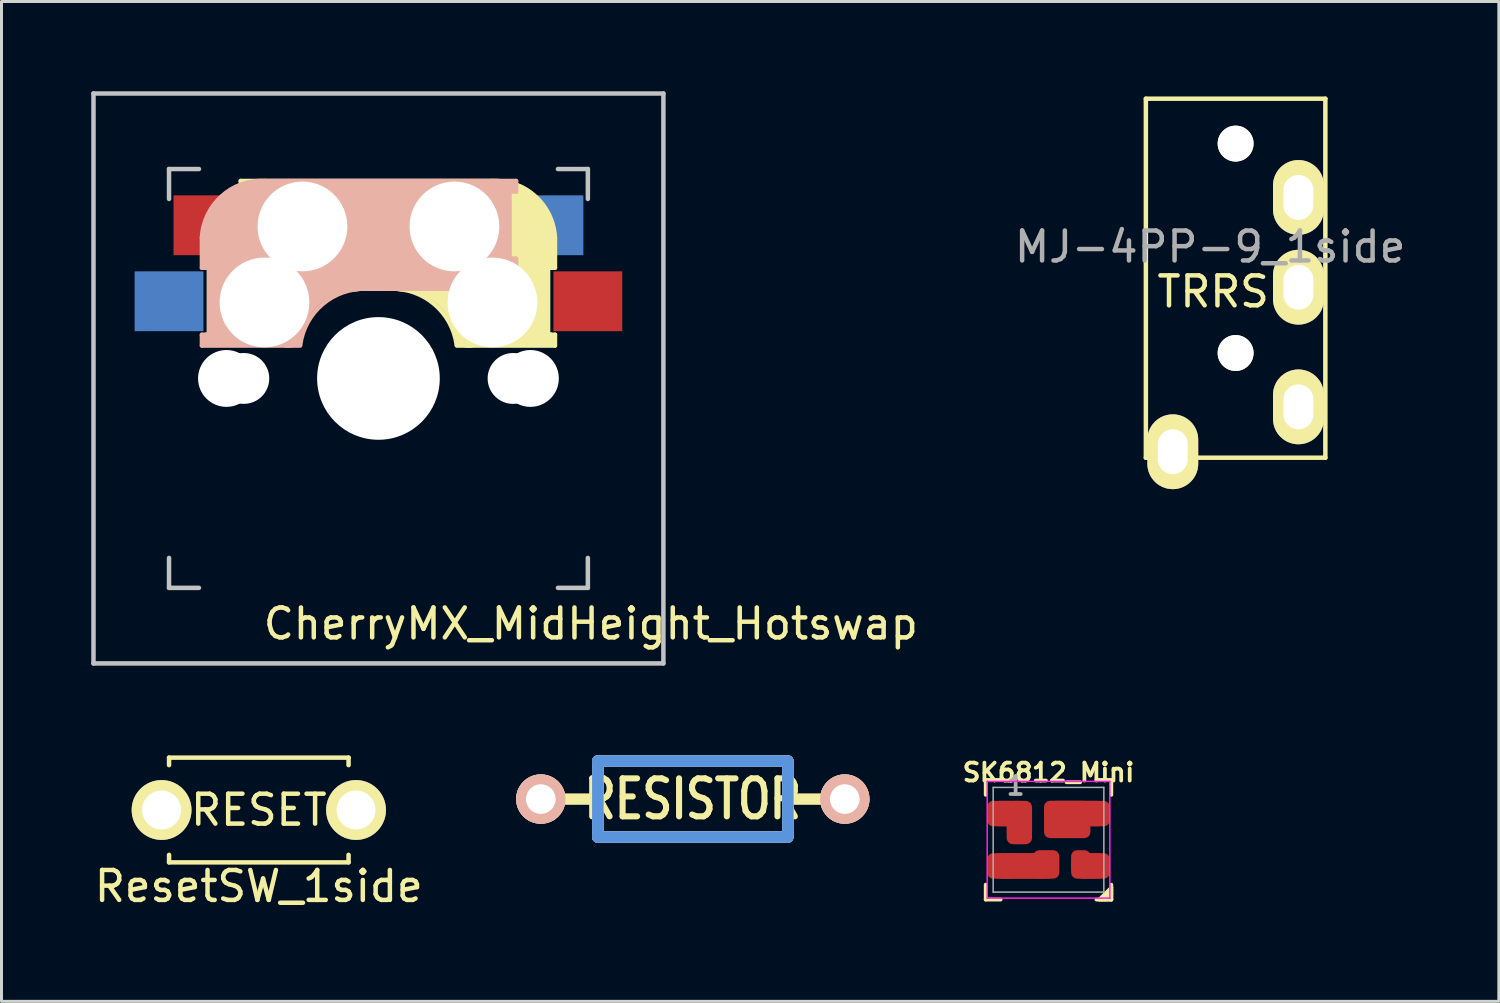
<source format=kicad_pcb>
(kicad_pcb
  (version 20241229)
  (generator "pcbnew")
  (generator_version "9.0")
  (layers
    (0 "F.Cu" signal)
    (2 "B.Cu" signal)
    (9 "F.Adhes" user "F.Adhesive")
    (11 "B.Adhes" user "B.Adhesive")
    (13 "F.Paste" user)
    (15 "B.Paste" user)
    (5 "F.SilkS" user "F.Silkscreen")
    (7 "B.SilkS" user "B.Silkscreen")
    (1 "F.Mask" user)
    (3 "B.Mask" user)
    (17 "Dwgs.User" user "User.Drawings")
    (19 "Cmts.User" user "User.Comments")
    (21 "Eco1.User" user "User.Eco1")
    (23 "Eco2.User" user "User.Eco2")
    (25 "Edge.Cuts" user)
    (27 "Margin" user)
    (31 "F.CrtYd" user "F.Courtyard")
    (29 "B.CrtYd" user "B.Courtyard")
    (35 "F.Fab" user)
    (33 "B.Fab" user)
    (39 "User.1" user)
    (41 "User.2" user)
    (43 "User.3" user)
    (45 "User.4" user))
  (footprint "RESISTOR"
    (layer "F.Cu")
    (at 20.108 23.66)
    (property "Reference" "RESISTOR" (at 0 0 0) (layer "F.SilkS") (effects (font (size 1.27 1.016) (thickness 0.203))))
    (attr through_hole)
    (fp_line (start -5.08 0) (end -3.175 0) (stroke (width 0.381) (type solid)) (layer "F.SilkS"))
    (fp_line (start -3.175 -1.27) (end 3.175 -1.27) (stroke (width 0.381) (type solid)) (layer "F.SilkS"))
    (fp_line (start -3.175 1.27) (end -3.175 -1.27) (stroke (width 0.381) (type solid)) (layer "F.SilkS"))
    (fp_line (start 3.175 -1.27) (end 3.175 1.27) (stroke (width 0.381) (type solid)) (layer "F.SilkS"))
    (fp_line (start 3.175 1.27) (end -3.175 1.27) (stroke (width 0.381) (type solid)) (layer "F.SilkS"))
    (fp_line (start 5.08 0) (end 3.175 0) (stroke (width 0.381) (type solid)) (layer "F.SilkS"))
    (fp_line (start -3.175 -1.27) (end 3.175 -1.27) (stroke (width 0.381) (type solid)) (layer "Dwgs.User"))
    (fp_line (start -3.175 1.27) (end -3.175 -1.27) (stroke (width 0.381) (type solid)) (layer "Dwgs.User"))
    (fp_line (start 0 0) (end 0 0) (stroke (width 0.025) (type solid)) (layer "Dwgs.User"))
    (fp_line (start 3.175 -1.27) (end 3.175 1.27) (stroke (width 0.381) (type solid)) (layer "Dwgs.User"))
    (fp_line (start 3.175 1.27) (end -3.175 1.27) (stroke (width 0.381) (type solid)) (layer "Dwgs.User"))
    (fp_line (start -3.175 -1.27) (end 3.175 -1.27) (stroke (width 0.381) (type solid)) (layer "Cmts.User"))
    (fp_line (start -3.175 1.27) (end -3.175 -1.27) (stroke (width 0.381) (type solid)) (layer "Cmts.User"))
    (fp_line (start 3.175 -1.27) (end 3.175 1.27) (stroke (width 0.381) (type solid)) (layer "Cmts.User"))
    (fp_line (start 3.175 1.27) (end -3.175 1.27) (stroke (width 0.381) (type solid)) (layer "Cmts.User"))
    (pad "1" thru_hole circle (at -5.08 0) (size 1.651 1.651) (drill 0.991) (layers "*.Cu" "*.SilkS" "*.Mask"))
    (pad "2" thru_hole circle (at 5.08 0) (size 1.651 1.651) (drill 0.991) (layers "*.Cu" "*.SilkS" "*.Mask")))
  (footprint "MJ-4PP-9_1side"
    (layer "F.Cu")
    (at 38.252 0.25)
    (property "Reference" "MJ-4PP-9_1side" (at -0.85 4.95 180) (layer "F.Fab") (effects (font (size 1 1) (thickness 0.15))))
    (attr through_hole)
    (fp_line (start -3 0) (end 3 0) (stroke (width 0.15) (type solid)) (layer "F.SilkS"))
    (fp_line (start -3 12) (end -3 0) (stroke (width 0.15) (type solid)) (layer "F.SilkS"))
    (fp_line (start 3 0) (end 3 12) (stroke (width 0.15) (type solid)) (layer "F.SilkS"))
    (fp_line (start 3 12) (end -3 12) (stroke (width 0.15) (type solid)) (layer "F.SilkS"))
    (fp_text user "TRRS" (at -0.75 6.45 180) (layer "F.SilkS") (effects (font (size 1 1) (thickness 0.15))))
    (pad "" np_thru_hole circle (at 0 1.5) (size 1.2 1.2) (drill 1.2) (layers "*.Cu" "*.Mask" "F.SilkS"))
    (pad "" np_thru_hole circle (at 0 8.5) (size 1.2 1.2) (drill 1.2) (layers "*.Cu" "*.Mask" "F.SilkS"))
    (pad "A" thru_hole oval (at -2.1 11.8) (size 1.7 2.5) (drill oval 1 1.5) (layers "*.Cu" "B.Mask" "F.SilkS"))
    (pad "B" thru_hole oval (at 2.1 3.3) (size 1.7 2.5) (drill oval 1 1.5) (layers "*.Cu" "B.Mask" "F.SilkS"))
    (pad "C" thru_hole oval (at 2.1 6.3) (size 1.7 2.5) (drill oval 1 1.5) (layers "*.Cu" "B.Mask" "F.SilkS"))
    (pad "D" thru_hole oval (at 2.1 10.3) (size 1.7 2.5) (drill oval 1 1.5) (layers "*.Cu" "B.Mask" "F.SilkS")))
  (footprint "CherryMX_MidHeight_Hotswap"
    (layer "F.Cu")
    (at 9.6 9.6)
    (property "Reference" "CherryMX_MidHeight_Hotswap" (at 7.1 8.2 0) (layer "F.SilkS") (effects (font (size 1 1) (thickness 0.15))))
    (attr through_hole)
    (fp_line (start -4.6 -6.6) (end 3.8 -6.6) (stroke (width 0.15) (type solid)) (layer "F.SilkS"))
    (fp_line (start -4.6 -6.25) (end -4.6 -6.6) (stroke (width 0.15) (type solid)) (layer "F.SilkS"))
    (fp_line (start -4.6 -4) (end -4.4 -4) (stroke (width 0.15) (type solid)) (layer "F.SilkS"))
    (fp_line (start -4.6 -3) (end -4.6 -4) (stroke (width 0.15) (type solid)) (layer "F.SilkS"))
    (fp_line (start -4.4 -6.4) (end -3 -6.4) (stroke (width 0.4) (type solid)) (layer "F.SilkS"))
    (fp_line (start -4.4 -6.25) (end -4.6 -6.25) (stroke (width 0.15) (type solid)) (layer "F.SilkS"))
    (fp_line (start -4.4 -3.9) (end -4.4 -3.2) (stroke (width 0.4) (type solid)) (layer "F.SilkS"))
    (fp_line (start -4.38 -4) (end -4.38 -6.25) (stroke (width 0.15) (type solid)) (layer "F.SilkS"))
    (fp_line (start -4.3 -3.3) (end -2.9 -3.3) (stroke (width 0.5) (type solid)) (layer "F.SilkS"))
    (fp_line (start -3.9 -6) (end -3.9 -3.5) (stroke (width 1) (type solid)) (layer "F.SilkS"))
    (fp_line (start -2.6 -4.8) (end 4.1 -4.8) (stroke (width 3.5) (type solid)) (layer "F.SilkS"))
    (fp_line (start 0.4 -3) (end -4.6 -3) (stroke (width 0.15) (type solid)) (layer "F.SilkS"))
    (fp_line (start 4.17 -5.1) (end 4.17 -2.86) (stroke (width 3) (type solid)) (layer "F.SilkS"))
    (fp_line (start 5.3 -1.6) (end 5.3 -3.4) (stroke (width 0.8) (type solid)) (layer "F.SilkS"))
    (fp_line (start 5.67 -3.7) (end 5.67 -1.46) (stroke (width 0.15) (type solid)) (layer "F.SilkS"))
    (fp_line (start 5.7 -1.46) (end 5.9 -1.46) (stroke (width 0.15) (type solid)) (layer "F.SilkS"))
    (fp_line (start 5.7 -1.3) (end 3 -1.3) (stroke (width 0.5) (type solid)) (layer "F.SilkS"))
    (fp_line (start 5.8 -3.8) (end 5.8 -4.7) (stroke (width 0.3) (type solid)) (layer "F.SilkS"))
    (fp_line (start 5.9 -4.7) (end 5.9 -3.7) (stroke (width 0.15) (type solid)) (layer "F.SilkS"))
    (fp_line (start 5.9 -3.7) (end 5.7 -3.7) (stroke (width 0.15) (type solid)) (layer "F.SilkS"))
    (fp_line (start 5.9 -1.1) (end 2.62 -1.1) (stroke (width 0.15) (type solid)) (layer "F.SilkS"))
    (fp_line (start 5.9 -1.1) (end 5.9 -1.46) (stroke (width 0.15) (type solid)) (layer "F.SilkS"))
    (fp_arc (start 0.4 -3) (mid 1.868709 -2.486118) (end 2.616318 -1.121471) (stroke (width 0.15) (type solid)) (layer "F.SilkS"))
    (fp_arc (start 0.8 -3.4) (mid 2.268709 -2.886118) (end 3.016318 -1.521471) (stroke (width 1) (type solid)) (layer "F.SilkS"))
    (fp_arc (start 3.8 -6.600001) (mid 5.243504 -6.084925) (end 5.900001 -4.7) (stroke (width 0.15) (type solid)) (layer "F.SilkS"))
    (fp_line (start -5.9 -4.7) (end -5.9 -3.7) (stroke (width 0.15) (type solid)) (layer "B.SilkS"))
    (fp_line (start -5.9 -3.7) (end -5.7 -3.7) (stroke (width 0.15) (type solid)) (layer "B.SilkS"))
    (fp_line (start -5.9 -1.1) (end -5.9 -1.46) (stroke (width 0.15) (type solid)) (layer "B.SilkS"))
    (fp_line (start -5.9 -1.1) (end -2.62 -1.1) (stroke (width 0.15) (type solid)) (layer "B.SilkS"))
    (fp_line (start -5.8 -3.8) (end -5.8 -4.7) (stroke (width 0.3) (type solid)) (layer "B.SilkS"))
    (fp_line (start -5.7 -1.46) (end -5.9 -1.46) (stroke (width 0.15) (type solid)) (layer "B.SilkS"))
    (fp_line (start -5.7 -1.3) (end -3 -1.3) (stroke (width 0.5) (type solid)) (layer "B.SilkS"))
    (fp_line (start -5.67 -3.7) (end -5.67 -1.46) (stroke (width 0.15) (type solid)) (layer "B.SilkS"))
    (fp_line (start -5.3 -1.6) (end -5.3 -3.4) (stroke (width 0.8) (type solid)) (layer "B.SilkS"))
    (fp_line (start -4.17 -5.1) (end -4.17 -2.86) (stroke (width 3) (type solid)) (layer "B.SilkS"))
    (fp_line (start -0.4 -3) (end 4.6 -3) (stroke (width 0.15) (type solid)) (layer "B.SilkS"))
    (fp_line (start 2.6 -4.8) (end -4.1 -4.8) (stroke (width 3.5) (type solid)) (layer "B.SilkS"))
    (fp_line (start 3.9 -6) (end 3.9 -3.5) (stroke (width 1) (type solid)) (layer "B.SilkS"))
    (fp_line (start 4.3 -3.3) (end 2.9 -3.3) (stroke (width 0.5) (type solid)) (layer "B.SilkS"))
    (fp_line (start 4.38 -4) (end 4.38 -6.25) (stroke (width 0.15) (type solid)) (layer "B.SilkS"))
    (fp_line (start 4.4 -6.4) (end 3 -6.4) (stroke (width 0.4) (type solid)) (layer "B.SilkS"))
    (fp_line (start 4.4 -6.25) (end 4.6 -6.25) (stroke (width 0.15) (type solid)) (layer "B.SilkS"))
    (fp_line (start 4.4 -3.9) (end 4.4 -3.2) (stroke (width 0.4) (type solid)) (layer "B.SilkS"))
    (fp_line (start 4.6 -6.6) (end -3.8 -6.6) (stroke (width 0.15) (type solid)) (layer "B.SilkS"))
    (fp_line (start 4.6 -6.25) (end 4.6 -6.6) (stroke (width 0.15) (type solid)) (layer "B.SilkS"))
    (fp_line (start 4.6 -4) (end 4.4 -4) (stroke (width 0.15) (type solid)) (layer "B.SilkS"))
    (fp_line (start 4.6 -3) (end 4.6 -4) (stroke (width 0.15) (type solid)) (layer "B.SilkS"))
    (fp_arc (start -5.9 -4.699999) (mid -5.243504 -6.084924) (end -3.800001 -6.6) (stroke (width 0.15) (type solid)) (layer "B.SilkS"))
    (fp_arc (start -3.016318 -1.521471) (mid -2.268709 -2.886118) (end -0.8 -3.4) (stroke (width 1) (type solid)) (layer "B.SilkS"))
    (fp_arc (start -2.616318 -1.121471) (mid -1.868709 -2.486118) (end -0.4 -3) (stroke (width 0.15) (type solid)) (layer "B.SilkS"))
    (fp_line (start -9.525 -9.525) (end 9.525 -9.525) (stroke (width 0.15) (type solid)) (layer "Dwgs.User"))
    (fp_line (start -9.525 9.525) (end -9.525 -9.525) (stroke (width 0.15) (type solid)) (layer "Dwgs.User"))
    (fp_line (start -7 -7) (end -6 -7) (stroke (width 0.15) (type solid)) (layer "Dwgs.User"))
    (fp_line (start -7 -6) (end -7 -7) (stroke (width 0.15) (type solid)) (layer "Dwgs.User"))
    (fp_line (start -7 6) (end -7 7) (stroke (width 0.15) (type solid)) (layer "Dwgs.User"))
    (fp_line (start -7 7) (end -6 7) (stroke (width 0.15) (type solid)) (layer "Dwgs.User"))
    (fp_line (start 6 7) (end 7 7) (stroke (width 0.15) (type solid)) (layer "Dwgs.User"))
    (fp_line (start 7 -7) (end 6 -7) (stroke (width 0.15) (type solid)) (layer "Dwgs.User"))
    (fp_line (start 7 -7) (end 7 -6) (stroke (width 0.15) (type solid)) (layer "Dwgs.User"))
    (fp_line (start 7 7) (end 7 6) (stroke (width 0.15) (type solid)) (layer "Dwgs.User"))
    (fp_line (start 9.525 -9.525) (end 9.525 9.525) (stroke (width 0.15) (type solid)) (layer "Dwgs.User"))
    (fp_line (start 9.525 9.525) (end -9.525 9.525) (stroke (width 0.15) (type solid)) (layer "Dwgs.User"))
    (pad "" np_thru_hole circle (at -5.08 0) (size 1.9 1.9) (drill 1.9) (layers "*.Cu" "*.Mask"))
    (pad "" np_thru_hole circle (at -4.5 0) (size 1.7 1.7) (drill 1.7) (layers "*.Cu" "*.Mask"))
    (pad "" np_thru_hole circle (at -3.81 -2.54 180) (size 3 3) (drill 3) (layers "*.Cu" "*.Mask"))
    (pad "" np_thru_hole circle (at -2.54 -5.08 180) (size 3 3) (drill 3) (layers "*.Cu" "*.Mask"))
    (pad "" np_thru_hole circle (at 0 0 90) (size 4.1 4.1) (drill 4.1) (layers "*.Cu" "*.Mask"))
    (pad "" np_thru_hole circle (at 2.54 -5.08 180) (size 3 3) (drill 3) (layers "*.Cu" "*.Mask"))
    (pad "" np_thru_hole circle (at 3.81 -2.54 180) (size 3 3) (drill 3) (layers "*.Cu" "*.Mask"))
    (pad "" np_thru_hole circle (at 4.5 0) (size 1.7 1.7) (drill 1.7) (layers "*.Cu" "*.Mask"))
    (pad "" np_thru_hole circle (at 5.08 0) (size 1.9 1.9) (drill 1.9) (layers "*.Cu" "*.Mask"))
    (pad "1" smd rect (at -7 -2.58 180) (size 2.3 2) (layers "B.Cu" "B.Mask" "B.Paste"))
    (pad "1" smd rect (at 7 -2.58 180) (size 2.3 2) (layers "F.Cu" "F.Mask" "F.Paste"))
    (pad "2" smd rect (at -5.7 -5.12 180) (size 2.3 2) (layers "F.Cu" "F.Mask" "F.Paste"))
    (pad "2" smd rect (at 5.7 -5.12 180) (size 2.3 2) (layers "B.Cu" "B.Mask" "B.Paste")))
  (footprint "SK6812_Mini"
    (layer "F.Cu")
    (at 31.998 25.02)
    (property "Reference" "SK6812_Mini" (at 0 -2.25 0) (layer "F.SilkS") (effects (font (size 0.6 0.6) (thickness 0.125))))
    (attr smd)
    (fp_line (start -2.1 -2) (end -2.1 -1.5) (stroke (width 0.125) (type solid)) (layer "F.SilkS"))
    (fp_line (start -2.1 -2) (end -1.6 -2) (stroke (width 0.125) (type solid)) (layer "F.SilkS"))
    (fp_line (start -2.1 2) (end -2.1 1.5) (stroke (width 0.125) (type solid)) (layer "F.SilkS"))
    (fp_line (start -2.1 2) (end -1.6 2) (stroke (width 0.125) (type solid)) (layer "F.SilkS"))
    (fp_line (start 1.7 2) (end 2.1 1.6) (stroke (width 0.125) (type solid)) (layer "F.SilkS"))
    (fp_line (start 2.1 -2) (end 1.6 -2) (stroke (width 0.125) (type solid)) (layer "F.SilkS"))
    (fp_line (start 2.1 -2) (end 2.1 -1.5) (stroke (width 0.125) (type solid)) (layer "F.SilkS"))
    (fp_line (start 2.1 1.6) (end 2.1 2) (stroke (width 0.125) (type solid)) (layer "F.SilkS"))
    (fp_line (start 2.1 1.7) (end 1.8 2) (stroke (width 0.125) (type solid)) (layer "F.SilkS"))
    (fp_line (start 2.1 1.8) (end 1.9 2) (stroke (width 0.125) (type solid)) (layer "F.SilkS"))
    (fp_line (start 2.1 2) (end 1.6 2) (stroke (width 0.125) (type solid)) (layer "F.SilkS"))
    (fp_line (start 2.1 2) (end 1.7 2) (stroke (width 0.125) (type solid)) (layer "F.SilkS"))
    (fp_line (start 2.1 2) (end 2.1 1.5) (stroke (width 0.125) (type solid)) (layer "F.SilkS"))
    (fp_line (start -2.05 -1.95) (end 2.05 -1.95) (stroke (width 0.05) (type solid)) (layer "F.CrtYd"))
    (fp_line (start -2.05 1.95) (end -2.05 -1.95) (stroke (width 0.05) (type solid)) (layer "F.CrtYd"))
    (fp_line (start 2.05 -1.95) (end 2.05 1.95) (stroke (width 0.05) (type solid)) (layer "F.CrtYd"))
    (fp_line (start 2.05 1.95) (end -2.05 1.95) (stroke (width 0.05) (type solid)) (layer "F.CrtYd"))
    (fp_line (start -1.85 -1.75) (end 1.85 -1.75) (stroke (width 0.05) (type solid)) (layer "F.Fab"))
    (fp_line (start -1.85 1.75) (end -1.85 -1.75) (stroke (width 0.05) (type solid)) (layer "F.Fab"))
    (fp_line (start 1.85 -1.75) (end 1.85 1.75) (stroke (width 0.05) (type solid)) (layer "F.Fab"))
    (fp_line (start 1.85 1.75) (end -1.85 1.75) (stroke (width 0.05) (type solid)) (layer "F.Fab"))
    (fp_text user "1" (at -1.1 -1.8 0) (layer "F.Fab") (effects (font (size 0.6 0.6) (thickness 0.125))))
    (pad "1" smd roundrect (at -1.55 -0.875) (size 1 0.85) (layers "F.Cu" "F.Mask") (roundrect_rratio 0.235))
    (pad "1" smd oval (at -1.3 -0.875) (size 1.5 0.85) (layers "F.Cu" "F.Paste"))
    (pad "1" smd roundrect (at -0.975 -0.575) (size 0.85 1.45) (layers "F.Cu" "F.Mask") (roundrect_rratio 0.25))
    (pad "2" smd roundrect (at -1.55 0.875) (size 1 0.85) (layers "F.Cu" "F.Mask") (roundrect_rratio 0.235))
    (pad "2" smd oval (at -0.95 0.875) (size 2.2 0.85) (layers "F.Cu" "F.Paste"))
    (pad "2" smd rect (at -0.75 0.875) (size 1.6 0.85) (layers "F.Cu" "F.Mask"))
    (pad "2" smd roundrect (at -0.075 0.825) (size 0.875 0.95) (layers "F.Cu" "F.Mask") (roundrect_rratio 0.235))
    (pad "3" smd roundrect (at 1.08 0.825) (size 0.65 0.95) (layers "F.Cu" "F.Mask") (roundrect_rratio 0.307))
    (pad "3" smd oval (at 1.4 0.875) (size 1.3 0.85) (layers "F.Cu" "F.Paste"))
    (pad "3" smd roundrect (at 1.55 0.875) (size 1 0.85) (layers "F.Cu" "F.Mask") (roundrect_rratio 0.235))
    (pad "4" smd roundrect (at 0.625 -0.68) (size 1.55 1.25) (layers "F.Cu" "F.Mask") (roundrect_rratio 0.16))
    (pad "4" smd oval (at 0.95 -0.875) (size 2.2 0.85) (layers "F.Cu" "F.Paste"))
    (pad "4" smd roundrect (at 1.55 -0.875) (size 1 0.85) (layers "F.Cu" "F.Mask") (roundrect_rratio 0.235)))
  (footprint "ResetSW_1side"
    (layer "F.Cu")
    (at 5.601 24.025)
    (property "Reference" "ResetSW_1side" (at 0 2.55 0) (layer "F.SilkS") (effects (font (size 1 1) (thickness 0.15))))
    (attr through_hole)
    (fp_line (start -3 -1.75) (end -3 -1.5) (stroke (width 0.15) (type solid)) (layer "F.SilkS"))
    (fp_line (start -3 -1.75) (end 3 -1.75) (stroke (width 0.15) (type solid)) (layer "F.SilkS"))
    (fp_line (start -3 1.75) (end -3 1.5) (stroke (width 0.15) (type solid)) (layer "F.SilkS"))
    (fp_line (start -3 1.75) (end 3 1.75) (stroke (width 0.15) (type solid)) (layer "F.SilkS"))
    (fp_line (start 3 -1.75) (end 3 -1.5) (stroke (width 0.15) (type solid)) (layer "F.SilkS"))
    (fp_line (start 3 1.75) (end 3 1.5) (stroke (width 0.15) (type solid)) (layer "F.SilkS"))
    (fp_text user "RESET" (at 0 0 0) (layer "F.SilkS") (effects (font (size 1 1) (thickness 0.15))))
    (pad "1" thru_hole circle (at 3.25 0) (size 2 2) (drill 1.3) (layers "*.Cu" "B.Mask" "F.SilkS"))
    (pad "2" thru_hole circle (at -3.25 0) (size 2 2) (drill 1.3) (layers "*.Cu" "B.Mask" "F.SilkS")))
  (gr_rect
    (start -3 -3)
    (end 47.051 30.423)
    (stroke (width 0.1) (type default))
    (fill no)
    (layer "Edge.Cuts")))
</source>
